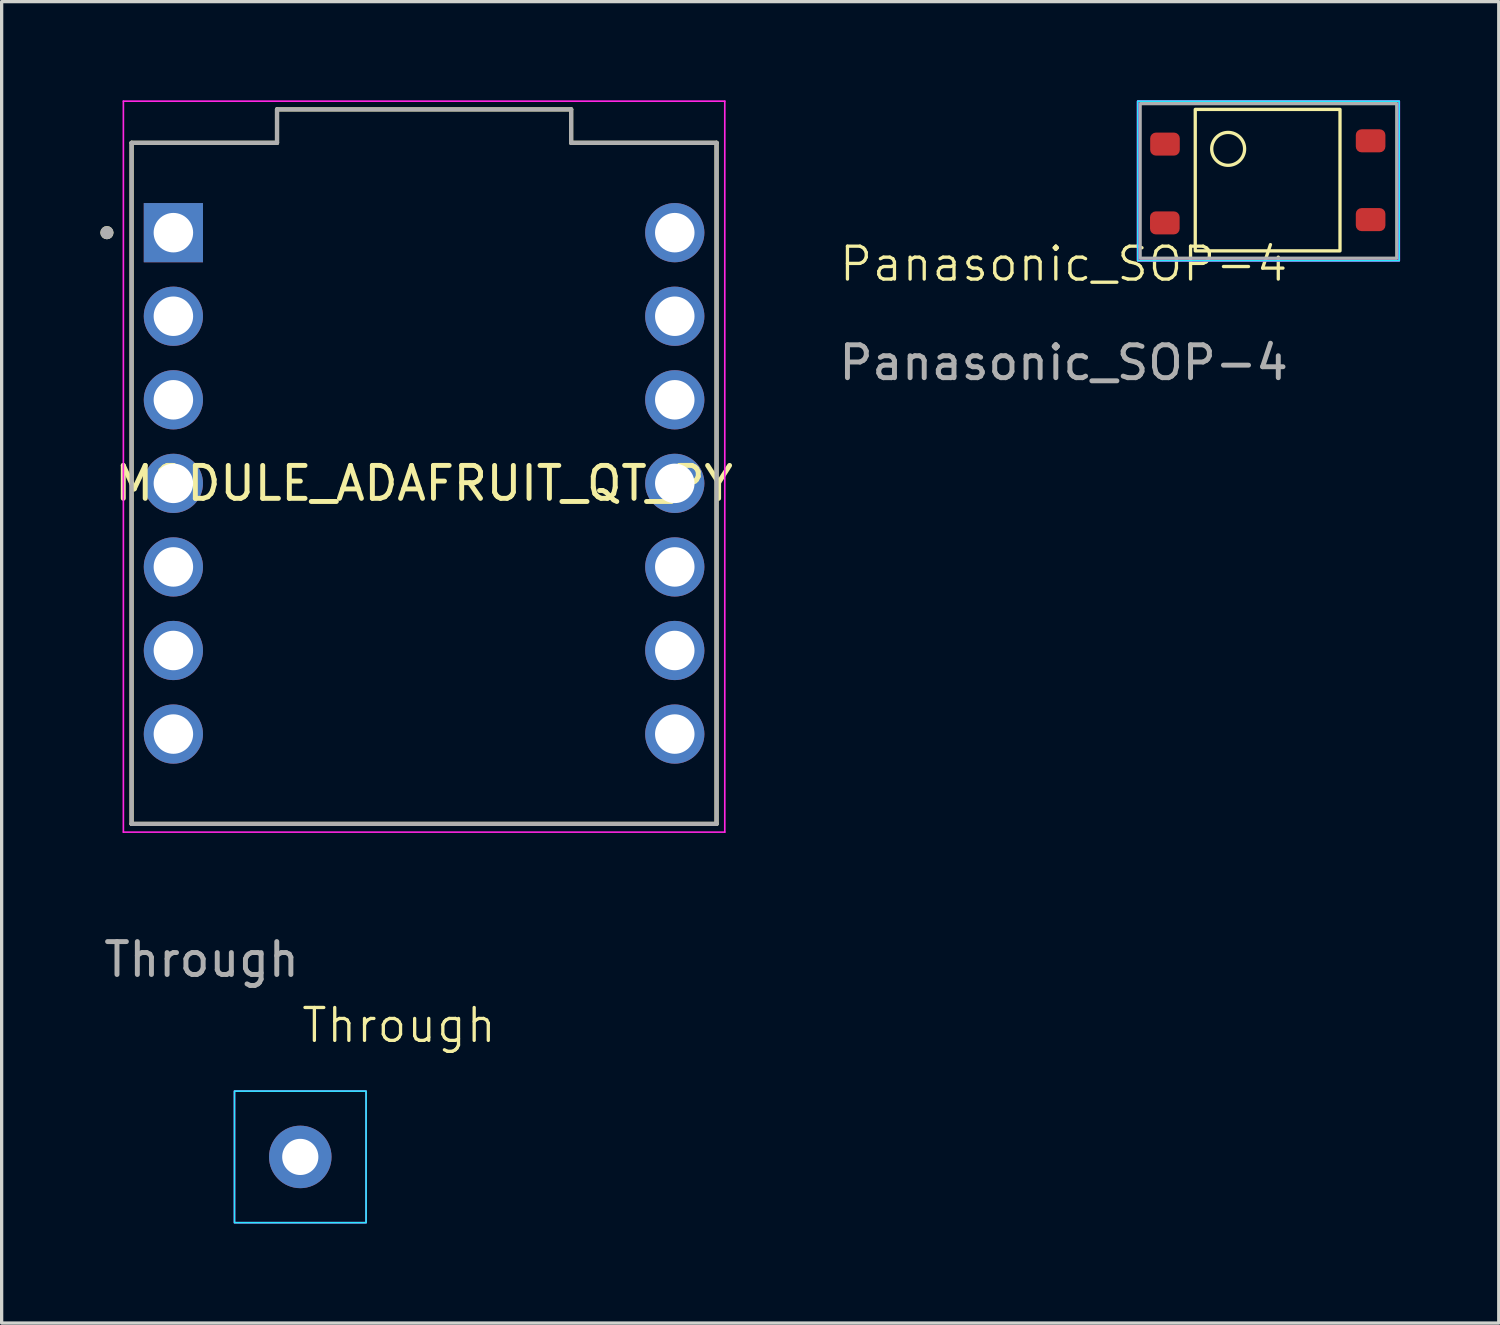
<source format=kicad_pcb>
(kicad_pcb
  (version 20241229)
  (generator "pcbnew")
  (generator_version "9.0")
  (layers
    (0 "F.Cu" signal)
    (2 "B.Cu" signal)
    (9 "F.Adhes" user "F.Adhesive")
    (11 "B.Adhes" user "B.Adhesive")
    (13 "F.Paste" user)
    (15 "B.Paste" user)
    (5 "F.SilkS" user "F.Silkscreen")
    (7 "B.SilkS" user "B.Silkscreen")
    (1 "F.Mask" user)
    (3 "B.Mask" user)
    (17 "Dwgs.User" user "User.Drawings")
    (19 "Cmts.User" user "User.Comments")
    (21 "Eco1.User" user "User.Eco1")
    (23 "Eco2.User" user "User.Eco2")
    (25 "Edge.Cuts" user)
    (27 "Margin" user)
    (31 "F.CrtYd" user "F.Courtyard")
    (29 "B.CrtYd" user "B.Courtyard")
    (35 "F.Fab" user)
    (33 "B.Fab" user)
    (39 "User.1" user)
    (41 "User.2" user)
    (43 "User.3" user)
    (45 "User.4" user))
  (footprint "Panasonic_SOP-4"
    (layer "F.Cu")
    (at 29.28 5.475)
    (property "Reference" "Panasonic_SOP-4" (at 0 -0.5 0) (unlocked yes) (layer "F.SilkS") (effects (font (size 1 1) (thickness 0.1))))
    (attr smd)
    (fp_rect (start 4 -5.2) (end 8.4 -0.9) (stroke (width 0.1) (type default)) (fill no) (layer "F.SilkS"))
    (fp_circle (center 5 -4) (end 5 -4.5) (stroke (width 0.1) (type default)) (fill no) (layer "F.SilkS"))
    (fp_rect (start 2.25 -5.45) (end 10.2 -0.6) (stroke (width 0.05) (type default)) (fill no) (layer "B.CrtYd"))
    (fp_rect (start 2.25 -5.45) (end 10.2 -0.6) (stroke (width 0.05) (type default)) (fill no) (layer "F.CrtYd"))
    (fp_rect (start 2.25 -5.45) (end 10.2 -0.6) (stroke (width 0.05) (type default)) (fill no) (layer "F.CrtYd"))
    (fp_rect (start 2.325 -5.375) (end 10.125 -0.675) (stroke (width 0.1) (type default)) (fill no) (layer "F.Fab"))
    (fp_text user "${REFERENCE}" (at 0 2.5 0) (unlocked yes) (layer "F.Fab") (effects (font (size 1 1) (thickness 0.15))))
    (pad "1" smd roundrect (at 3.08 -4.145) (size 0.9 0.7) (layers "F.Cu" "F.Mask" "F.Paste") (roundrect_rratio 0.25))
    (pad "2" smd roundrect (at 3.075 -1.75) (size 0.9 0.7) (layers "F.Cu" "F.Mask" "F.Paste") (roundrect_rratio 0.25))
    (pad "3" smd roundrect (at 9.33 -1.85) (size 0.9 0.7) (layers "F.Cu" "F.Mask" "F.Paste") (roundrect_rratio 0.25))
    (pad "4" smd roundrect (at 9.33 -4.245) (size 0.9 0.7) (layers "F.Cu" "F.Mask" "F.Paste") (roundrect_rratio 0.25)))
  (footprint "MODULE_ADAFRUIT_QT_PY"
    (layer "F.Cu")
    (at 9.84 11.642)
    (property "Reference" "MODULE_ADAFRUIT_QT_PY" (at 0 0 0) (layer "F.SilkS") (effects (font (size 1 1) (thickness 0.15))))
    (attr through_hole)
    (fp_line (start -8.89 -10.351) (end -8.89 10.351) (stroke (width 0.127) (type solid)) (layer "F.SilkS"))
    (fp_line (start -8.89 10.351) (end 8.89 10.351) (stroke (width 0.127) (type solid)) (layer "F.SilkS"))
    (fp_line (start -4.47 -11.367) (end 4.47 -11.367) (stroke (width 0.127) (type solid)) (layer "F.SilkS"))
    (fp_line (start -4.47 -10.351) (end -8.89 -10.351) (stroke (width 0.127) (type solid)) (layer "F.SilkS"))
    (fp_line (start -4.47 -10.351) (end -4.47 -11.367) (stroke (width 0.127) (type solid)) (layer "F.SilkS"))
    (fp_line (start 4.47 -11.367) (end 4.47 -10.351) (stroke (width 0.127) (type solid)) (layer "F.SilkS"))
    (fp_line (start 8.89 -10.351) (end 4.47 -10.351) (stroke (width 0.127) (type solid)) (layer "F.SilkS"))
    (fp_line (start 8.89 10.351) (end 8.89 -10.351) (stroke (width 0.127) (type solid)) (layer "F.SilkS"))
    (fp_circle (center -9.64 -7.62) (end -9.54 -7.62) (stroke (width 0.2) (type solid)) (fill no) (layer "F.SilkS"))
    (fp_line (start -9.14 -11.617) (end -9.14 10.601) (stroke (width 0.05) (type solid)) (layer "F.CrtYd"))
    (fp_line (start -9.14 10.601) (end 9.14 10.601) (stroke (width 0.05) (type solid)) (layer "F.CrtYd"))
    (fp_line (start 9.14 -11.617) (end -9.14 -11.617) (stroke (width 0.05) (type solid)) (layer "F.CrtYd"))
    (fp_line (start 9.14 10.601) (end 9.14 -11.617) (stroke (width 0.05) (type solid)) (layer "F.CrtYd"))
    (fp_line (start -8.89 -10.351) (end -8.89 10.351) (stroke (width 0.127) (type solid)) (layer "F.Fab"))
    (fp_line (start -8.89 10.351) (end 8.89 10.351) (stroke (width 0.127) (type solid)) (layer "F.Fab"))
    (fp_line (start -4.47 -11.367) (end 4.47 -11.367) (stroke (width 0.127) (type solid)) (layer "F.Fab"))
    (fp_line (start -4.47 -10.351) (end -8.89 -10.351) (stroke (width 0.127) (type solid)) (layer "F.Fab"))
    (fp_line (start -4.47 -10.351) (end -4.47 -11.367) (stroke (width 0.127) (type solid)) (layer "F.Fab"))
    (fp_line (start 4.47 -11.367) (end 4.47 -10.351) (stroke (width 0.127) (type solid)) (layer "F.Fab"))
    (fp_line (start 8.89 -10.351) (end 4.47 -10.351) (stroke (width 0.127) (type solid)) (layer "F.Fab"))
    (fp_line (start 8.89 10.351) (end 8.89 -10.351) (stroke (width 0.127) (type solid)) (layer "F.Fab"))
    (fp_circle (center -9.64 -7.62) (end -9.54 -7.62) (stroke (width 0.2) (type solid)) (fill no) (layer "F.Fab"))
    (pad "1" thru_hole rect (at -7.62 -7.62) (size 1.8 1.8) (drill 1.2) (layers "*.Cu" "*.Mask"))
    (pad "2" thru_hole circle (at -7.62 -5.08) (size 1.8 1.8) (drill 1.2) (layers "*.Cu" "*.Mask"))
    (pad "3" thru_hole circle (at -7.62 -2.54) (size 1.8 1.8) (drill 1.2) (layers "*.Cu" "*.Mask"))
    (pad "4" thru_hole circle (at -7.62 0) (size 1.8 1.8) (drill 1.2) (layers "*.Cu" "*.Mask"))
    (pad "5" thru_hole circle (at -7.62 2.54) (size 1.8 1.8) (drill 1.2) (layers "*.Cu" "*.Mask"))
    (pad "6" thru_hole circle (at -7.62 5.08) (size 1.8 1.8) (drill 1.2) (layers "*.Cu" "*.Mask"))
    (pad "7" thru_hole circle (at -7.62 7.62) (size 1.8 1.8) (drill 1.2) (layers "*.Cu" "*.Mask"))
    (pad "8" thru_hole circle (at 7.62 7.62) (size 1.8 1.8) (drill 1.2) (layers "*.Cu" "*.Mask"))
    (pad "9" thru_hole circle (at 7.62 5.08) (size 1.8 1.8) (drill 1.2) (layers "*.Cu" "*.Mask"))
    (pad "10" thru_hole circle (at 7.62 2.54) (size 1.8 1.8) (drill 1.2) (layers "*.Cu" "*.Mask"))
    (pad "11" thru_hole circle (at 7.62 0) (size 1.8 1.8) (drill 1.2) (layers "*.Cu" "*.Mask"))
    (pad "12" thru_hole circle (at 7.62 -2.54) (size 1.8 1.8) (drill 1.2) (layers "*.Cu" "*.Mask"))
    (pad "13" thru_hole circle (at 7.62 -5.08) (size 1.8 1.8) (drill 1.2) (layers "*.Cu" "*.Mask"))
    (pad "14" thru_hole circle (at 7.62 -7.62) (size 1.8 1.8) (drill 1.2) (layers "*.Cu" "*.Mask")))
  (footprint "Through"
    (layer "F.Cu")
    (at 6.077 32.115)
    (property "Reference" "Through" (at 3 -4 0) (unlocked yes) (layer "F.SilkS") (effects (font (size 1 1) (thickness 0.1))))
    (attr through_hole)
    (fp_rect (start -2 -2) (end 2 2) (stroke (width 0.1) (type default)) (fill no) (layer "F.Mask"))
    (fp_rect (start -2 -2) (end 2 2) (stroke (width 0.1) (type default)) (fill no) (layer "B.Mask"))
    (fp_rect (start -2 -2) (end 2 2) (stroke (width 0.05) (type default)) (fill no) (layer "B.CrtYd"))
    (fp_rect (start -2 -2) (end 2 2) (stroke (width 0.05) (type default)) (fill no) (layer "F.CrtYd"))
    (fp_text user "${REFERENCE}" (at -3 -6 0) (unlocked yes) (layer "F.Fab") (effects (font (size 1 1) (thickness 0.15))))
    (pad "1" thru_hole circle (at 0 0) (size 1.9 1.9) (drill 1.1) (layers "*.Cu" "*.Mask")))
  (gr_rect
    (start -3 -3)
    (end 42.505 37.165)
    (stroke (width 0.1) (type default))
    (fill no)
    (layer "Edge.Cuts")))
</source>
